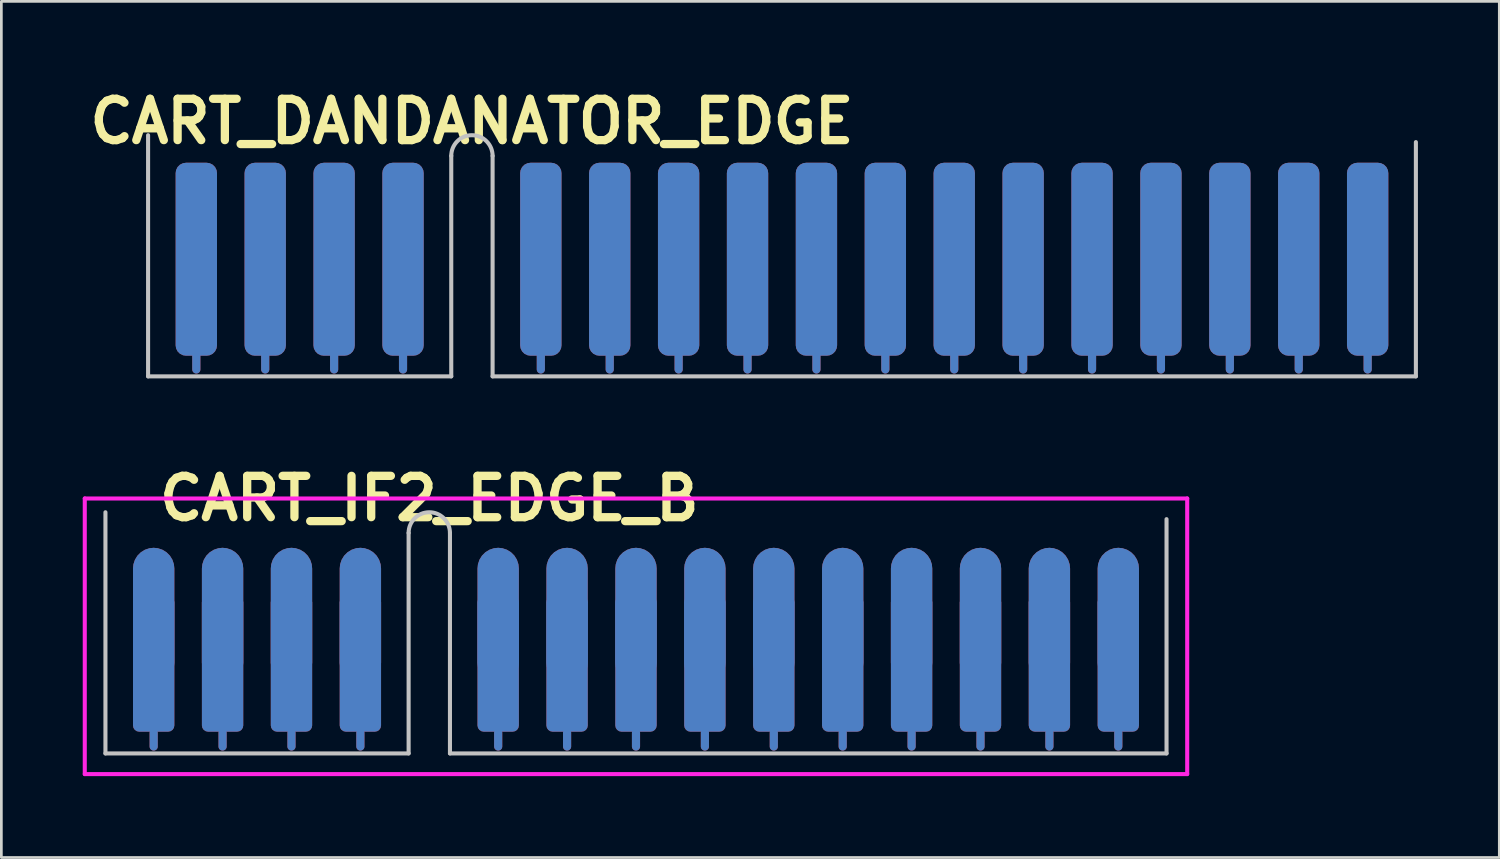
<source format=kicad_pcb>
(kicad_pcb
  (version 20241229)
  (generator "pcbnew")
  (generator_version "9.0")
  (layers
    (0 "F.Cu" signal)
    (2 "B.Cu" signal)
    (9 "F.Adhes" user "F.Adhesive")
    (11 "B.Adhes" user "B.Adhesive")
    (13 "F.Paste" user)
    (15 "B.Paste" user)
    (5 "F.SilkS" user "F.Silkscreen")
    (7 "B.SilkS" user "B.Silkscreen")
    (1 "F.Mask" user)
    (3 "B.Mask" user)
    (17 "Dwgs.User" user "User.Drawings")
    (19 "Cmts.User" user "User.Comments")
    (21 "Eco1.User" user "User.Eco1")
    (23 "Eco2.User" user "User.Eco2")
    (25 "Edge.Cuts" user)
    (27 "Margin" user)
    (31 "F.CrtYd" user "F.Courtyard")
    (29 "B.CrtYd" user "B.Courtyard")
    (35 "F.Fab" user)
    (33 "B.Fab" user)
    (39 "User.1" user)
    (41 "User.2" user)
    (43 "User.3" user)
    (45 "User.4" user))
  (footprint "CART_IF2_EDGE_B"
    (layer "F.Cu")
    (at 12.775 20.406)
    (property "Reference" "CART_IF2_EDGE_B" (at 0 -5.08 0) (layer "F.SilkS") (effects (font (size 1.524 1.524) (thickness 0.305))))
    (attr through_hole)
    (fp_line (start -10.16 4.064) (end -10.16 3.556) (stroke (width 0.3) (type solid)) (layer "F.Cu"))
    (fp_line (start -7.62 4.064) (end -7.62 3.556) (stroke (width 0.3) (type solid)) (layer "F.Cu"))
    (fp_line (start -5.08 4.064) (end -5.08 3.556) (stroke (width 0.3) (type solid)) (layer "F.Cu"))
    (fp_line (start -2.54 4.064) (end -2.54 3.556) (stroke (width 0.3) (type solid)) (layer "F.Cu"))
    (fp_line (start 2.54 4.064) (end 2.54 3.556) (stroke (width 0.3) (type solid)) (layer "F.Cu"))
    (fp_line (start 5.08 4.064) (end 5.08 3.556) (stroke (width 0.3) (type solid)) (layer "F.Cu"))
    (fp_line (start 7.62 4.064) (end 7.62 3.556) (stroke (width 0.3) (type solid)) (layer "F.Cu"))
    (fp_line (start 10.16 4.064) (end 10.16 3.556) (stroke (width 0.3) (type solid)) (layer "F.Cu"))
    (fp_line (start 12.7 4.064) (end 12.7 3.556) (stroke (width 0.3) (type solid)) (layer "F.Cu"))
    (fp_line (start 15.24 4.064) (end 15.24 3.556) (stroke (width 0.3) (type solid)) (layer "F.Cu"))
    (fp_line (start 17.78 4.064) (end 17.78 3.556) (stroke (width 0.3) (type solid)) (layer "F.Cu"))
    (fp_line (start 20.32 4.064) (end 20.32 3.556) (stroke (width 0.3) (type solid)) (layer "F.Cu"))
    (fp_line (start 22.86 4.064) (end 22.86 3.556) (stroke (width 0.3) (type solid)) (layer "F.Cu"))
    (fp_line (start 25.4 4.064) (end 25.4 3.556) (stroke (width 0.3) (type solid)) (layer "F.Cu"))
    (fp_poly (pts (xy 27.178 4.318) (xy 27.178 -3.81) (xy -11.938 -3.81) (xy -11.938 4.318)) (stroke (width 0.15) (type solid)) (fill yes) (layer "F.Mask"))
    (fp_line (start -10.16 4.064) (end -10.16 3.556) (stroke (width 0.3) (type solid)) (layer "B.Cu"))
    (fp_line (start -7.62 4.064) (end -7.62 3.556) (stroke (width 0.3) (type solid)) (layer "B.Cu"))
    (fp_line (start -5.08 4.064) (end -5.08 3.556) (stroke (width 0.3) (type solid)) (layer "B.Cu"))
    (fp_line (start -2.54 4.064) (end -2.54 3.556) (stroke (width 0.3) (type solid)) (layer "B.Cu"))
    (fp_line (start 2.54 4.064) (end 2.54 3.556) (stroke (width 0.3) (type solid)) (layer "B.Cu"))
    (fp_line (start 5.08 4.064) (end 5.08 3.556) (stroke (width 0.3) (type solid)) (layer "B.Cu"))
    (fp_line (start 7.62 4.064) (end 7.62 3.556) (stroke (width 0.3) (type solid)) (layer "B.Cu"))
    (fp_line (start 10.16 4.064) (end 10.16 3.556) (stroke (width 0.3) (type solid)) (layer "B.Cu"))
    (fp_line (start 12.7 4.064) (end 12.7 3.556) (stroke (width 0.3) (type solid)) (layer "B.Cu"))
    (fp_line (start 15.24 4.064) (end 15.24 3.556) (stroke (width 0.3) (type solid)) (layer "B.Cu"))
    (fp_line (start 17.78 4.064) (end 17.78 3.556) (stroke (width 0.3) (type solid)) (layer "B.Cu"))
    (fp_line (start 20.32 4.064) (end 20.32 3.556) (stroke (width 0.3) (type solid)) (layer "B.Cu"))
    (fp_line (start 22.86 4.064) (end 22.86 3.556) (stroke (width 0.3) (type solid)) (layer "B.Cu"))
    (fp_line (start 25.4 4.064) (end 25.4 3.556) (stroke (width 0.3) (type solid)) (layer "B.Cu"))
    (fp_poly (pts (xy 27.178 -3.81) (xy 27.178 4.318) (xy -11.938 4.318) (xy -11.938 -3.81)) (stroke (width 0.15) (type solid)) (fill yes) (layer "B.Mask"))
    (fp_line (start -11.938 -4.572) (end -11.938 4.318) (stroke (width 0.15) (type solid)) (layer "Dwgs.User"))
    (fp_line (start -11.938 4.318) (end -0.762 4.318) (stroke (width 0.15) (type solid)) (layer "Dwgs.User"))
    (fp_line (start -0.762 4.318) (end -0.762 -3.81) (stroke (width 0.15) (type solid)) (layer "Dwgs.User"))
    (fp_line (start 0.762 -3.81) (end 0.762 4.318) (stroke (width 0.15) (type solid)) (layer "Dwgs.User"))
    (fp_line (start 0.762 4.318) (end 27.178 4.318) (stroke (width 0.15) (type solid)) (layer "Dwgs.User"))
    (fp_line (start 27.178 4.318) (end 27.178 -4.318) (stroke (width 0.15) (type solid)) (layer "Dwgs.User"))
    (fp_arc (start -0.762 -3.81) (mid 0 -4.572) (end 0.762 -3.81) (stroke (width 0.15) (type solid)) (layer "Dwgs.User"))
    (fp_line (start -12.7 -5.08) (end -12.7 5.08) (stroke (width 0.15) (type solid)) (layer "F.CrtYd"))
    (fp_line (start -12.7 5.08) (end 27.94 5.08) (stroke (width 0.15) (type solid)) (layer "F.CrtYd"))
    (fp_line (start 27.94 -5.08) (end -12.7 -5.08) (stroke (width 0.15) (type solid)) (layer "F.CrtYd"))
    (fp_line (start 27.94 5.08) (end 27.94 -5.08) (stroke (width 0.15) (type solid)) (layer "F.CrtYd"))
    (pad "1" connect roundrect (at -10.16 -0.762) (size 1.524 5) (layers "F.Cu") (roundrect_rratio 0.5))
    (pad "1" connect roundrect (at -10.16 1.016) (size 1.524 5) (layers "F.Cu") (roundrect_rratio 0.15))
    (pad "2" connect roundrect (at -10.16 -0.762) (size 1.524 5) (layers "B.Cu") (roundrect_rratio 0.5))
    (pad "2" connect roundrect (at -10.16 1.016) (size 1.524 5) (layers "B.Cu") (roundrect_rratio 0.15))
    (pad "3" connect roundrect (at -7.62 -0.762) (size 1.524 5) (layers "F.Cu") (roundrect_rratio 0.5))
    (pad "3" connect roundrect (at -7.62 1.016) (size 1.524 5) (layers "F.Cu") (roundrect_rratio 0.15))
    (pad "4" connect roundrect (at -7.62 -0.762) (size 1.524 5) (layers "B.Cu") (roundrect_rratio 0.5))
    (pad "4" connect roundrect (at -7.62 1.016) (size 1.524 5) (layers "B.Cu") (roundrect_rratio 0.15))
    (pad "5" connect roundrect (at -5.08 -0.762) (size 1.524 5) (layers "F.Cu") (roundrect_rratio 0.5))
    (pad "5" connect roundrect (at -5.08 1.016) (size 1.524 5) (layers "F.Cu") (roundrect_rratio 0.15))
    (pad "6" connect roundrect (at -5.08 -0.762) (size 1.524 5) (layers "B.Cu") (roundrect_rratio 0.5))
    (pad "6" connect roundrect (at -5.08 1.016) (size 1.524 5) (layers "B.Cu") (roundrect_rratio 0.15))
    (pad "7" connect roundrect (at -2.54 -0.762) (size 1.524 5) (layers "F.Cu") (roundrect_rratio 0.5))
    (pad "7" connect roundrect (at -2.54 1.016) (size 1.524 5) (layers "F.Cu") (roundrect_rratio 0.15))
    (pad "8" connect roundrect (at -2.54 -0.762) (size 1.524 5) (layers "B.Cu") (roundrect_rratio 0.5))
    (pad "8" connect roundrect (at -2.54 1.016) (size 1.524 5) (layers "B.Cu") (roundrect_rratio 0.15))
    (pad "9" connect roundrect (at 2.54 -0.762) (size 1.524 5) (layers "F.Cu") (roundrect_rratio 0.5))
    (pad "9" connect roundrect (at 2.54 1.016) (size 1.524 5) (layers "F.Cu") (roundrect_rratio 0.15))
    (pad "10" connect roundrect (at 2.54 -0.762) (size 1.524 5) (layers "B.Cu") (roundrect_rratio 0.5))
    (pad "10" connect roundrect (at 2.54 1.016) (size 1.524 5) (layers "B.Cu") (roundrect_rratio 0.15))
    (pad "11" connect roundrect (at 5.08 -0.762) (size 1.524 5) (layers "F.Cu") (roundrect_rratio 0.5))
    (pad "11" connect roundrect (at 5.08 1.016) (size 1.524 5) (layers "F.Cu") (roundrect_rratio 0.15))
    (pad "12" connect roundrect (at 5.08 -0.762) (size 1.524 5) (layers "B.Cu") (roundrect_rratio 0.5))
    (pad "12" connect roundrect (at 5.08 1.016) (size 1.524 5) (layers "B.Cu") (roundrect_rratio 0.15))
    (pad "13" connect roundrect (at 7.62 -0.762) (size 1.524 5) (layers "F.Cu") (roundrect_rratio 0.5))
    (pad "13" connect roundrect (at 7.62 1.016) (size 1.524 5) (layers "F.Cu") (roundrect_rratio 0.15))
    (pad "14" connect roundrect (at 7.62 -0.762) (size 1.524 5) (layers "B.Cu") (roundrect_rratio 0.5))
    (pad "14" connect roundrect (at 7.62 1.016) (size 1.524 5) (layers "B.Cu") (roundrect_rratio 0.15))
    (pad "15" connect roundrect (at 10.16 -0.762) (size 1.524 5) (layers "F.Cu") (roundrect_rratio 0.5))
    (pad "15" connect roundrect (at 10.16 1.016) (size 1.524 5) (layers "F.Cu") (roundrect_rratio 0.15))
    (pad "16" connect roundrect (at 10.16 -0.762) (size 1.524 5) (layers "B.Cu") (roundrect_rratio 0.5))
    (pad "16" connect roundrect (at 10.16 1.016) (size 1.524 5) (layers "B.Cu") (roundrect_rratio 0.15))
    (pad "17" connect roundrect (at 12.7 -0.762) (size 1.524 5) (layers "F.Cu") (roundrect_rratio 0.5))
    (pad "17" connect roundrect (at 12.7 1.016) (size 1.524 5) (layers "F.Cu") (roundrect_rratio 0.15))
    (pad "18" connect roundrect (at 12.7 -0.762) (size 1.524 5) (layers "B.Cu") (roundrect_rratio 0.5))
    (pad "18" connect roundrect (at 12.7 1.016) (size 1.524 5) (layers "B.Cu") (roundrect_rratio 0.15))
    (pad "19" connect roundrect (at 15.24 -0.762) (size 1.524 5) (layers "F.Cu") (roundrect_rratio 0.5))
    (pad "19" connect roundrect (at 15.24 1.016) (size 1.524 5) (layers "F.Cu") (roundrect_rratio 0.15))
    (pad "20" connect roundrect (at 15.24 -0.762) (size 1.524 5) (layers "B.Cu") (roundrect_rratio 0.5))
    (pad "20" connect roundrect (at 15.24 1.016) (size 1.524 5) (layers "B.Cu") (roundrect_rratio 0.15))
    (pad "21" connect roundrect (at 17.78 -0.762) (size 1.524 5) (layers "F.Cu") (roundrect_rratio 0.5))
    (pad "21" connect roundrect (at 17.78 1.016) (size 1.524 5) (layers "F.Cu") (roundrect_rratio 0.15))
    (pad "22" connect roundrect (at 17.78 -0.762) (size 1.524 5) (layers "B.Cu") (roundrect_rratio 0.5))
    (pad "22" connect roundrect (at 17.78 1.016) (size 1.524 5) (layers "B.Cu") (roundrect_rratio 0.15))
    (pad "23" connect roundrect (at 20.32 -0.762) (size 1.524 5) (layers "F.Cu") (roundrect_rratio 0.5))
    (pad "23" connect roundrect (at 20.32 1.016) (size 1.524 5) (layers "F.Cu") (roundrect_rratio 0.15))
    (pad "24" connect roundrect (at 20.32 -0.762) (size 1.524 5) (layers "B.Cu") (roundrect_rratio 0.5))
    (pad "24" connect roundrect (at 20.32 1.016) (size 1.524 5) (layers "B.Cu") (roundrect_rratio 0.15))
    (pad "25" connect roundrect (at 22.86 -0.762) (size 1.524 5) (layers "F.Cu") (roundrect_rratio 0.5))
    (pad "25" connect roundrect (at 22.86 1.016) (size 1.524 5) (layers "F.Cu") (roundrect_rratio 0.15))
    (pad "26" connect roundrect (at 22.86 -0.762) (size 1.524 5) (layers "B.Cu") (roundrect_rratio 0.5))
    (pad "26" connect roundrect (at 22.86 1.016) (size 1.524 5) (layers "B.Cu") (roundrect_rratio 0.15))
    (pad "27" connect roundrect (at 25.4 -0.762) (size 1.524 5) (layers "F.Cu") (roundrect_rratio 0.5))
    (pad "27" connect roundrect (at 25.4 1.016) (size 1.524 5) (layers "F.Cu") (roundrect_rratio 0.15))
    (pad "28" connect roundrect (at 25.4 -0.762) (size 1.524 5) (layers "B.Cu") (roundrect_rratio 0.5))
    (pad "28" connect roundrect (at 25.4 1.016) (size 1.524 5) (layers "B.Cu") (roundrect_rratio 0.15)))
  (footprint "CART_DANDANATOR_EDGE"
    (layer "F.Cu")
    (at 14.347 6.506)
    (property "Reference" "CART_DANDANATOR_EDGE" (at 0 -5.08 0) (layer "F.SilkS") (effects (font (size 1.524 1.524) (thickness 0.305))))
    (attr through_hole)
    (fp_line (start -10.16 4.064) (end -10.16 3.556) (stroke (width 0.3) (type solid)) (layer "F.Cu"))
    (fp_line (start -7.62 4.064) (end -7.62 3.556) (stroke (width 0.3) (type solid)) (layer "F.Cu"))
    (fp_line (start -5.08 4.064) (end -5.08 3.556) (stroke (width 0.3) (type solid)) (layer "F.Cu"))
    (fp_line (start -2.54 4.064) (end -2.54 3.556) (stroke (width 0.3) (type solid)) (layer "F.Cu"))
    (fp_line (start 2.54 4.064) (end 2.54 3.556) (stroke (width 0.3) (type solid)) (layer "F.Cu"))
    (fp_line (start 5.08 4.064) (end 5.08 3.556) (stroke (width 0.3) (type solid)) (layer "F.Cu"))
    (fp_line (start 7.62 4.064) (end 7.62 3.556) (stroke (width 0.3) (type solid)) (layer "F.Cu"))
    (fp_line (start 10.16 4.064) (end 10.16 3.556) (stroke (width 0.3) (type solid)) (layer "F.Cu"))
    (fp_line (start 12.7 4.064) (end 12.7 3.556) (stroke (width 0.3) (type solid)) (layer "F.Cu"))
    (fp_line (start 15.24 4.064) (end 15.24 3.556) (stroke (width 0.3) (type solid)) (layer "F.Cu"))
    (fp_line (start 17.78 4.064) (end 17.78 3.556) (stroke (width 0.3) (type solid)) (layer "F.Cu"))
    (fp_line (start 20.32 4.064) (end 20.32 3.556) (stroke (width 0.3) (type solid)) (layer "F.Cu"))
    (fp_line (start 22.86 4.064) (end 22.86 3.556) (stroke (width 0.3) (type solid)) (layer "F.Cu"))
    (fp_line (start 25.4 4.064) (end 25.4 3.556) (stroke (width 0.3) (type solid)) (layer "F.Cu"))
    (fp_line (start 27.94 4.064) (end 27.94 3.556) (stroke (width 0.3) (type solid)) (layer "F.Cu"))
    (fp_line (start 30.48 4.064) (end 30.48 3.556) (stroke (width 0.3) (type solid)) (layer "F.Cu"))
    (fp_line (start 33.02 4.064) (end 33.02 3.556) (stroke (width 0.3) (type solid)) (layer "F.Cu"))
    (fp_poly (pts (xy 34.798 4.318) (xy 34.798 -3.81) (xy -11.938 -3.81) (xy -11.938 4.318)) (stroke (width 0.15) (type solid)) (fill yes) (layer "F.Mask"))
    (fp_line (start -10.16 4.064) (end -10.16 3.556) (stroke (width 0.3) (type solid)) (layer "B.Cu"))
    (fp_line (start -7.62 4.064) (end -7.62 3.556) (stroke (width 0.3) (type solid)) (layer "B.Cu"))
    (fp_line (start -5.08 4.064) (end -5.08 3.556) (stroke (width 0.3) (type solid)) (layer "B.Cu"))
    (fp_line (start -2.54 4.064) (end -2.54 3.556) (stroke (width 0.3) (type solid)) (layer "B.Cu"))
    (fp_line (start 2.54 4.064) (end 2.54 3.556) (stroke (width 0.3) (type solid)) (layer "B.Cu"))
    (fp_line (start 5.08 4.064) (end 5.08 3.556) (stroke (width 0.3) (type solid)) (layer "B.Cu"))
    (fp_line (start 7.62 4.064) (end 7.62 3.556) (stroke (width 0.3) (type solid)) (layer "B.Cu"))
    (fp_line (start 10.16 4.064) (end 10.16 3.556) (stroke (width 0.3) (type solid)) (layer "B.Cu"))
    (fp_line (start 12.7 4.064) (end 12.7 3.556) (stroke (width 0.3) (type solid)) (layer "B.Cu"))
    (fp_line (start 15.24 4.064) (end 15.24 3.556) (stroke (width 0.3) (type solid)) (layer "B.Cu"))
    (fp_line (start 17.78 4.064) (end 17.78 3.556) (stroke (width 0.3) (type solid)) (layer "B.Cu"))
    (fp_line (start 20.32 4.064) (end 20.32 3.556) (stroke (width 0.3) (type solid)) (layer "B.Cu"))
    (fp_line (start 22.86 4.064) (end 22.86 3.556) (stroke (width 0.3) (type solid)) (layer "B.Cu"))
    (fp_line (start 25.4 4.064) (end 25.4 3.556) (stroke (width 0.3) (type solid)) (layer "B.Cu"))
    (fp_line (start 27.94 4.064) (end 27.94 3.556) (stroke (width 0.3) (type solid)) (layer "B.Cu"))
    (fp_line (start 30.48 4.064) (end 30.48 3.556) (stroke (width 0.3) (type solid)) (layer "B.Cu"))
    (fp_line (start 33.02 4.064) (end 33.02 3.556) (stroke (width 0.3) (type solid)) (layer "B.Cu"))
    (fp_poly (pts (xy 34.798 -3.81) (xy 34.798 4.318) (xy -11.938 4.318) (xy -11.938 -3.81)) (stroke (width 0.15) (type solid)) (fill yes) (layer "B.Mask"))
    (fp_line (start -11.938 -4.572) (end -11.938 4.318) (stroke (width 0.15) (type solid)) (layer "Dwgs.User"))
    (fp_line (start -11.938 4.318) (end -0.762 4.318) (stroke (width 0.15) (type solid)) (layer "Dwgs.User"))
    (fp_line (start -0.762 4.318) (end -0.762 -3.81) (stroke (width 0.15) (type solid)) (layer "Dwgs.User"))
    (fp_line (start 0.762 -3.81) (end 0.762 4.318) (stroke (width 0.15) (type solid)) (layer "Dwgs.User"))
    (fp_line (start 0.762 4.318) (end 34.798 4.318) (stroke (width 0.15) (type solid)) (layer "Dwgs.User"))
    (fp_line (start 34.798 4.318) (end 34.798 -4.318) (stroke (width 0.15) (type solid)) (layer "Dwgs.User"))
    (fp_arc (start -0.762 -3.81) (mid 0 -4.572) (end 0.762 -3.81) (stroke (width 0.15) (type solid)) (layer "Dwgs.User"))
    (pad "1" connect roundrect (at -10.16 0) (size 1.524 7.112) (layers "F.Cu") (roundrect_rratio 0.25))
    (pad "2" connect roundrect (at -10.16 0) (size 1.524 7.112) (layers "B.Cu") (roundrect_rratio 0.25))
    (pad "3" connect roundrect (at -7.62 0) (size 1.524 7.112) (layers "F.Cu") (roundrect_rratio 0.25))
    (pad "4" connect roundrect (at -7.62 0) (size 1.524 7.112) (layers "B.Cu") (roundrect_rratio 0.25))
    (pad "5" connect roundrect (at -5.08 0) (size 1.524 7.112) (layers "F.Cu") (roundrect_rratio 0.25))
    (pad "6" connect roundrect (at -5.08 0) (size 1.524 7.112) (layers "B.Cu") (roundrect_rratio 0.25))
    (pad "7" connect roundrect (at -2.54 0) (size 1.524 7.112) (layers "F.Cu") (roundrect_rratio 0.25))
    (pad "8" connect roundrect (at -2.54 0) (size 1.524 7.112) (layers "B.Cu") (roundrect_rratio 0.25))
    (pad "9" connect roundrect (at 2.54 0) (size 1.524 7.112) (layers "F.Cu") (roundrect_rratio 0.25))
    (pad "10" connect roundrect (at 2.54 0) (size 1.524 7.112) (layers "B.Cu") (roundrect_rratio 0.25))
    (pad "11" connect roundrect (at 5.08 0) (size 1.524 7.112) (layers "F.Cu") (roundrect_rratio 0.25))
    (pad "12" connect roundrect (at 5.08 0) (size 1.524 7.112) (layers "B.Cu") (roundrect_rratio 0.25))
    (pad "13" connect roundrect (at 7.62 0) (size 1.524 7.112) (layers "F.Cu") (roundrect_rratio 0.25))
    (pad "14" connect roundrect (at 7.62 0) (size 1.524 7.112) (layers "B.Cu") (roundrect_rratio 0.25))
    (pad "15" connect roundrect (at 10.16 0) (size 1.524 7.112) (layers "F.Cu") (roundrect_rratio 0.25))
    (pad "16" connect roundrect (at 10.16 0) (size 1.524 7.112) (layers "B.Cu") (roundrect_rratio 0.25))
    (pad "17" connect roundrect (at 12.7 0) (size 1.524 7.112) (layers "F.Cu") (roundrect_rratio 0.25))
    (pad "18" connect roundrect (at 12.7 0) (size 1.524 7.112) (layers "B.Cu") (roundrect_rratio 0.25))
    (pad "19" connect roundrect (at 15.24 0) (size 1.524 7.112) (layers "F.Cu") (roundrect_rratio 0.25))
    (pad "20" connect roundrect (at 15.24 0) (size 1.524 7.112) (layers "B.Cu") (roundrect_rratio 0.25))
    (pad "21" connect roundrect (at 17.78 0) (size 1.524 7.112) (layers "F.Cu") (roundrect_rratio 0.25))
    (pad "22" connect roundrect (at 17.78 0) (size 1.524 7.112) (layers "B.Cu") (roundrect_rratio 0.25))
    (pad "23" connect roundrect (at 20.32 0) (size 1.524 7.112) (layers "F.Cu") (roundrect_rratio 0.25))
    (pad "24" connect roundrect (at 20.32 0) (size 1.524 7.112) (layers "B.Cu") (roundrect_rratio 0.25))
    (pad "25" connect roundrect (at 22.86 0) (size 1.524 7.112) (layers "F.Cu") (roundrect_rratio 0.25))
    (pad "26" connect roundrect (at 22.86 0) (size 1.524 7.112) (layers "B.Cu") (roundrect_rratio 0.25))
    (pad "27" connect roundrect (at 25.4 0) (size 1.524 7.112) (layers "F.Cu") (roundrect_rratio 0.25))
    (pad "28" connect roundrect (at 25.4 0) (size 1.524 7.112) (layers "B.Cu") (roundrect_rratio 0.25))
    (pad "29" connect roundrect (at 27.94 0) (size 1.524 7.112) (layers "F.Cu") (roundrect_rratio 0.25))
    (pad "30" connect roundrect (at 27.94 0) (size 1.524 7.112) (layers "B.Cu") (roundrect_rratio 0.25))
    (pad "31" connect roundrect (at 30.48 0) (size 1.524 7.112) (layers "F.Cu") (roundrect_rratio 0.25))
    (pad "32" connect roundrect (at 30.48 0) (size 1.524 7.112) (layers "B.Cu") (roundrect_rratio 0.25))
    (pad "33" connect roundrect (at 33.02 0) (size 1.524 7.112) (layers "F.Cu") (roundrect_rratio 0.25))
    (pad "34" connect roundrect (at 33.02 0) (size 1.524 7.112) (layers "B.Cu") (roundrect_rratio 0.25)))
  (gr_rect
    (start -3 -3)
    (end 52.22 28.561)
    (stroke (width 0.1) (type default))
    (fill no)
    (layer "Edge.Cuts")))
</source>
